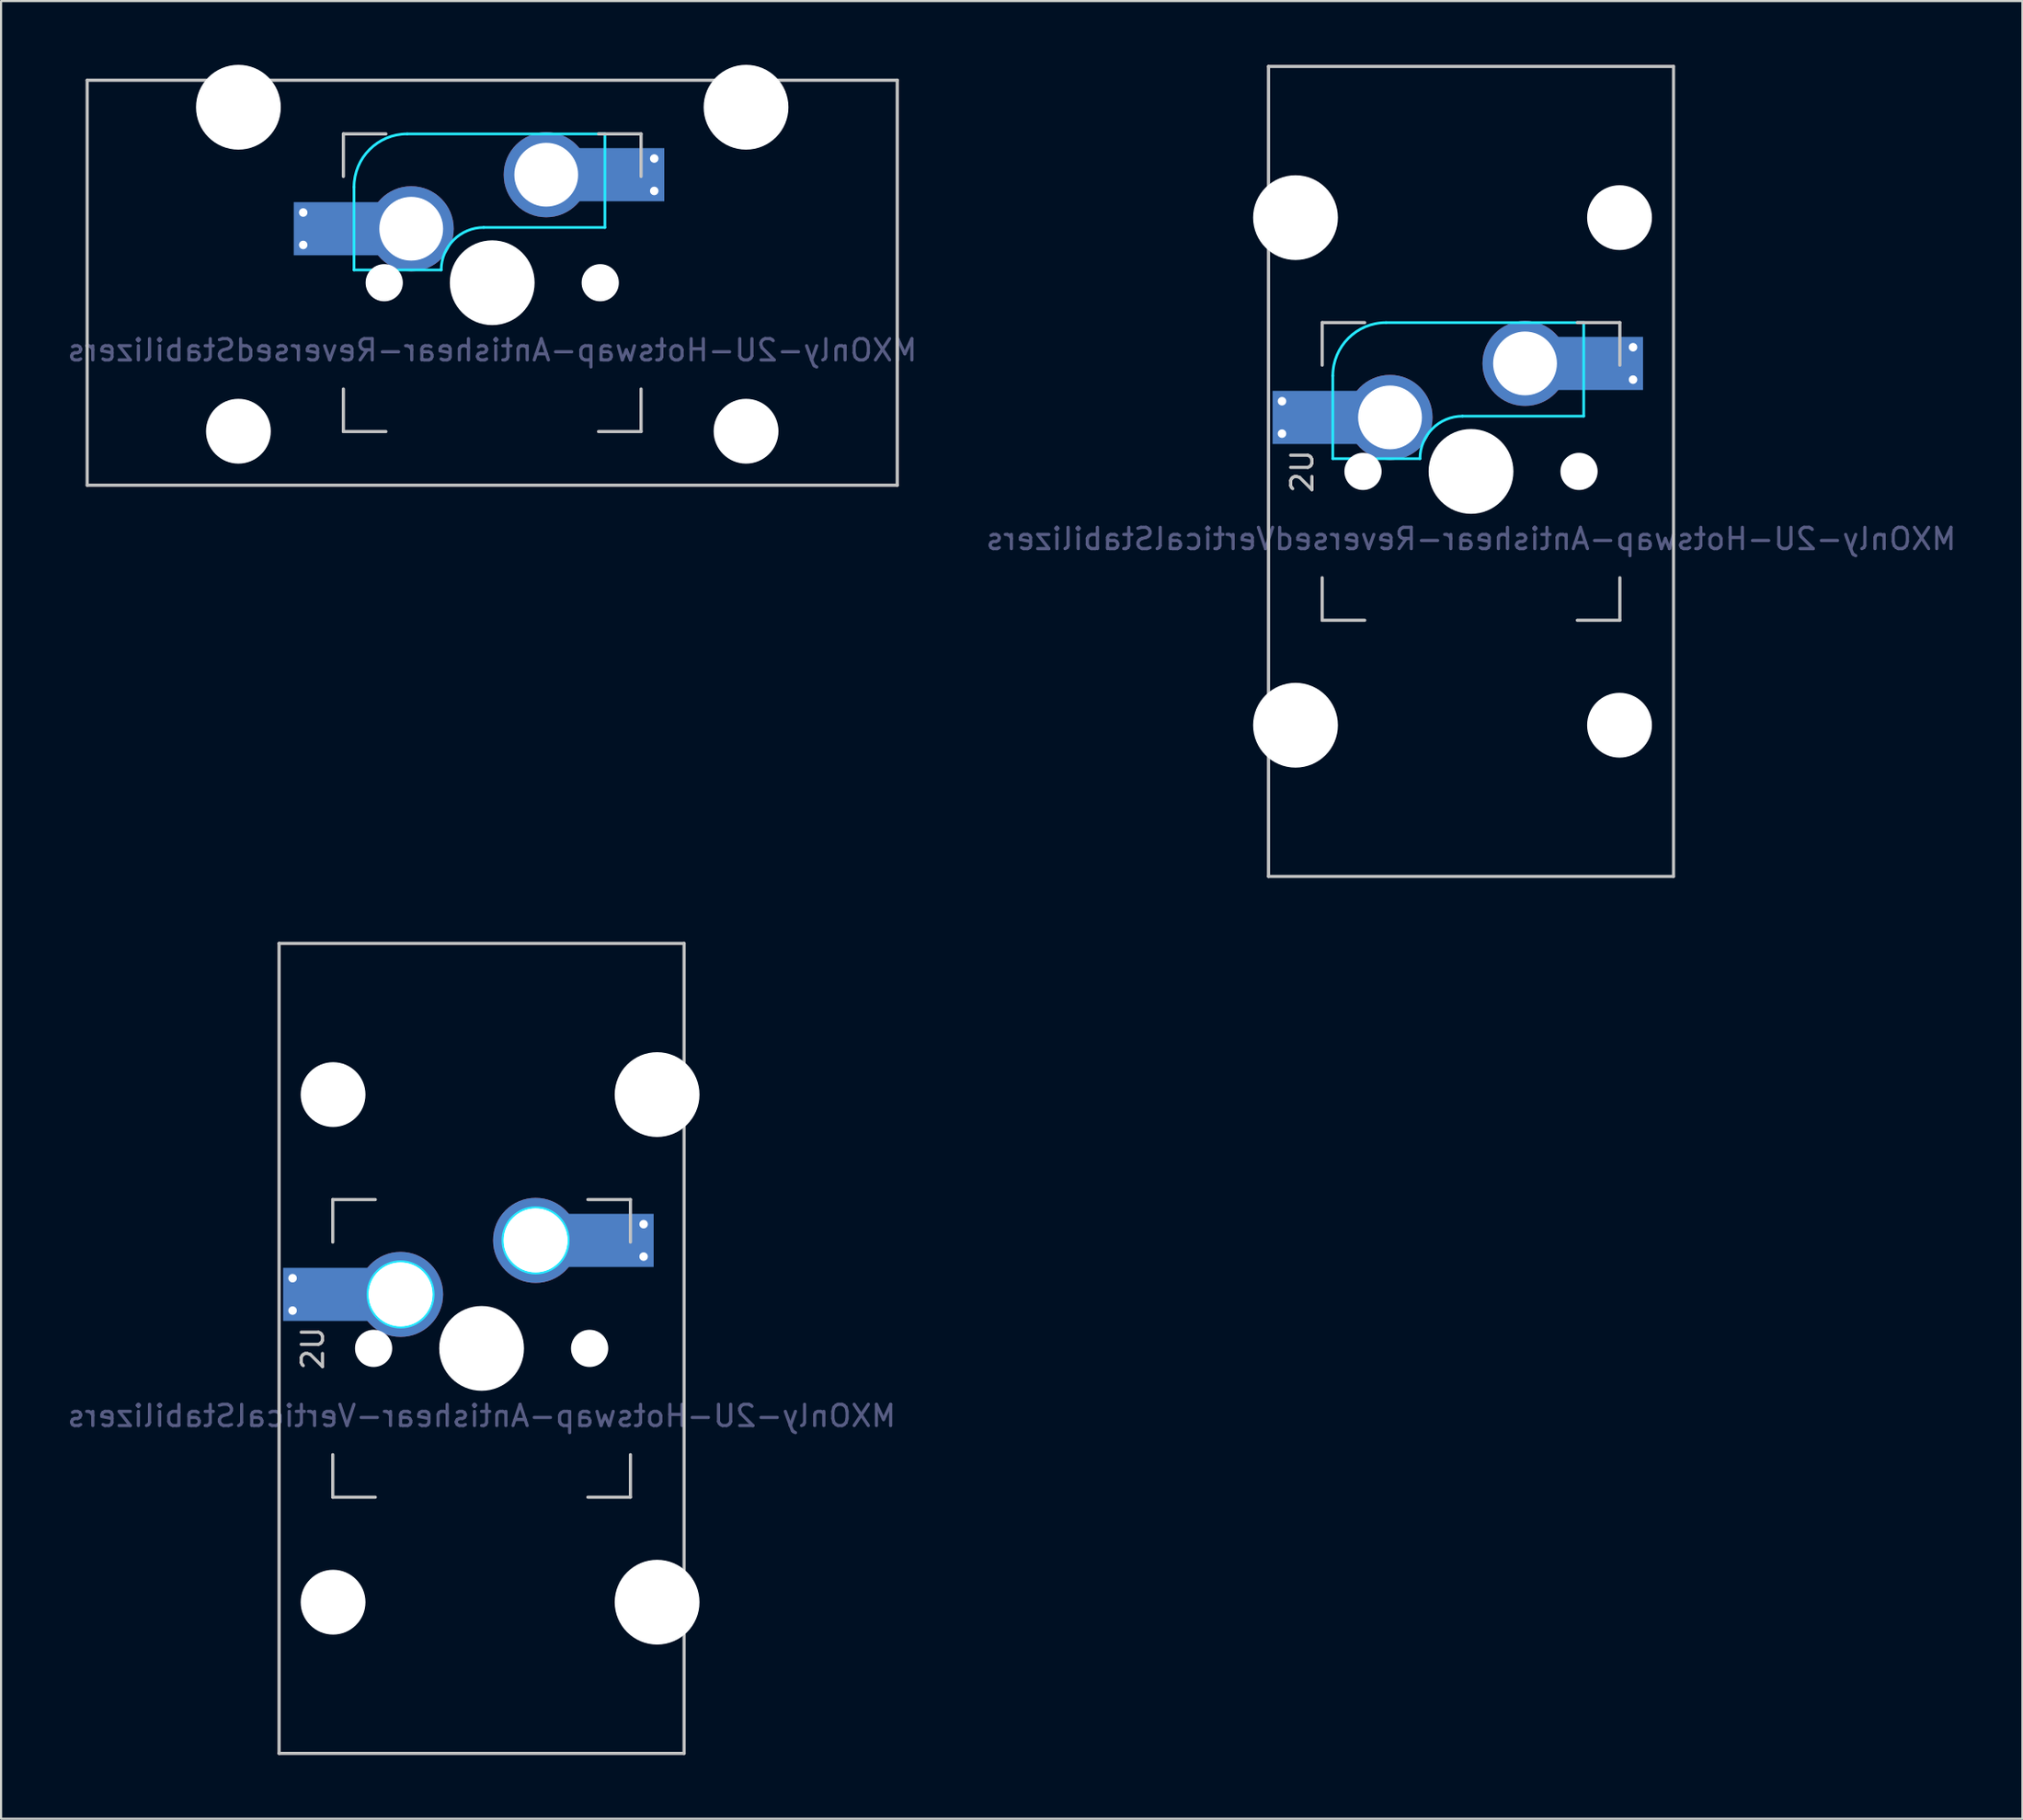
<source format=kicad_pcb>
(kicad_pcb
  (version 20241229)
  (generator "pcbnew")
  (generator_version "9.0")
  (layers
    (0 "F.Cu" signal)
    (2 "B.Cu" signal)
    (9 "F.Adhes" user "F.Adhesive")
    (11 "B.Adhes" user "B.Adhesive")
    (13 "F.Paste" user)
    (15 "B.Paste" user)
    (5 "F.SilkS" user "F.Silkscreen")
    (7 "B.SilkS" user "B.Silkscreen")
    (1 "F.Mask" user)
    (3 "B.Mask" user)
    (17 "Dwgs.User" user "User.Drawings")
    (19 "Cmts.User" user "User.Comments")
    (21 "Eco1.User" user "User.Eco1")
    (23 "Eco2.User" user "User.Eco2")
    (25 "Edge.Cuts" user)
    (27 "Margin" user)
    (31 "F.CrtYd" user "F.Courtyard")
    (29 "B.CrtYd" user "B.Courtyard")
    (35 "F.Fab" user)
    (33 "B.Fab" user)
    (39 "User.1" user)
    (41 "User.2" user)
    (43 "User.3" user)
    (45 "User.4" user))
  (footprint "MXOnly-2U-Hotswap-Antishear-ReversedVerticalStabilizers"
    (layer "F.Cu")
    (at 66.137 19.125)
    (property "Reference" "MXOnly-2U-Hotswap-Antishear-ReversedVerticalStabilizers" (at 0 3.175 0) (layer "B.Fab") (effects (font (size 1 1) (thickness 0.15)) (justify mirror)))
    (attr through_hole)
    (fp_line (start -9.525 -19.05) (end 9.525 -19.05) (stroke (width 0.15) (type solid)) (layer "Dwgs.User"))
    (fp_line (start -9.525 19.05) (end -9.525 -19.05) (stroke (width 0.15) (type solid)) (layer "Dwgs.User"))
    (fp_line (start -7 -7) (end -7 -5) (stroke (width 0.15) (type solid)) (layer "Dwgs.User"))
    (fp_line (start -7 5) (end -7 7) (stroke (width 0.15) (type solid)) (layer "Dwgs.User"))
    (fp_line (start -7 7) (end -5 7) (stroke (width 0.15) (type solid)) (layer "Dwgs.User"))
    (fp_line (start -5 -7) (end -7 -7) (stroke (width 0.15) (type solid)) (layer "Dwgs.User"))
    (fp_line (start 5 -7) (end 7 -7) (stroke (width 0.15) (type solid)) (layer "Dwgs.User"))
    (fp_line (start 5 7) (end 7 7) (stroke (width 0.15) (type solid)) (layer "Dwgs.User"))
    (fp_line (start 7 -7) (end 7 -5) (stroke (width 0.15) (type solid)) (layer "Dwgs.User"))
    (fp_line (start 7 7) (end 7 5) (stroke (width 0.15) (type solid)) (layer "Dwgs.User"))
    (fp_line (start 9.525 19.05) (end -9.525 19.05) (stroke (width 0.15) (type solid)) (layer "Dwgs.User"))
    (fp_line (start 9.525 19.05) (end 9.525 -19.05) (stroke (width 0.15) (type solid)) (layer "Dwgs.User"))
    (fp_line (start -6.5 -4.5) (end -6.5 -0.6) (stroke (width 0.127) (type solid)) (layer "B.CrtYd"))
    (fp_line (start -6.5 -0.6) (end -2.4 -0.6) (stroke (width 0.127) (type solid)) (layer "B.CrtYd"))
    (fp_line (start -0.4 -2.6) (end 5.3 -2.6) (stroke (width 0.127) (type solid)) (layer "B.CrtYd"))
    (fp_line (start 5.3 -7) (end -4 -7) (stroke (width 0.127) (type solid)) (layer "B.CrtYd"))
    (fp_line (start 5.3 -7) (end 5.3 -2.6) (stroke (width 0.127) (type solid)) (layer "B.CrtYd"))
    (fp_arc (start -6.5 -4.5) (mid -5.767767 -6.267767) (end -4 -7) (stroke (width 0.127) (type solid)) (layer "B.CrtYd"))
    (fp_arc (start -2.4 -0.6) (mid -1.814214 -2.014214) (end -0.4 -2.6) (stroke (width 0.127) (type solid)) (layer "B.CrtYd"))
    (fp_text user "2U" (at -7.938 0 270) (layer "Dwgs.User") (effects (font (size 1 1) (thickness 0.15))))
    (pad "" np_thru_hole circle (at -8.255 -11.938 90) (size 3.988 3.988) (drill 3.988) (layers "*.Cu" "*.Mask"))
    (pad "" np_thru_hole circle (at -8.255 11.938 90) (size 3.988 3.988) (drill 3.988) (layers "*.Cu" "*.Mask"))
    (pad "" smd rect (at -7.085 -2.54) (size 2.55 2.5) (layers "B.Mask" "B.Paste"))
    (pad "" np_thru_hole circle (at -5.08 0 48.1) (size 1.75 1.75) (drill 1.75) (layers "*.Cu" "*.Mask"))
    (pad "" np_thru_hole circle (at 0 0) (size 3.988 3.988) (drill 3.988) (layers "*.Cu" "*.Mask"))
    (pad "" np_thru_hole circle (at 5.08 0 48.1) (size 1.75 1.75) (drill 1.75) (layers "*.Cu" "*.Mask"))
    (pad "" smd rect (at 5.815 -5.08) (size 2.55 2.5) (layers "B.Mask" "B.Paste"))
    (pad "" np_thru_hole circle (at 6.985 -11.938 180) (size 3.048 3.048) (drill 3.048) (layers "*.Cu" "*.Mask"))
    (pad "" np_thru_hole circle (at 6.985 11.938 90) (size 3.048 3.048) (drill 3.048) (layers "*.Cu" "*.Mask"))
    (pad "1" thru_hole circle (at -8.89 -3.302) (size 0.8 0.8) (drill 0.4) (layers "*.Cu"))
    (pad "1" thru_hole circle (at -8.89 -1.778) (size 0.8 0.8) (drill 0.4) (layers "*.Cu"))
    (pad "1" smd rect (at -7.085 -2.54) (size 4.5 2.5) (layers "B.Cu"))
    (pad "1" thru_hole circle (at -3.81 -2.54) (size 4 4) (drill 3) (layers "*.Cu"))
    (pad "2" thru_hole circle (at 2.54 -5.08) (size 4 4) (drill 3) (layers "*.Cu"))
    (pad "2" smd rect (at 5.842 -5.08) (size 4.5 2.5) (layers "B.Cu"))
    (pad "2" thru_hole circle (at 7.62 -5.842) (size 0.8 0.8) (drill 0.4) (layers "*.Cu"))
    (pad "2" thru_hole circle (at 7.62 -4.318) (size 0.8 0.8) (drill 0.4) (layers "*.Cu")))
  (footprint "MXOnly-2U-Hotswap-Antishear-ReversedStabilizers"
    (layer "F.Cu")
    (at 20.101 10.249)
    (property "Reference" "MXOnly-2U-Hotswap-Antishear-ReversedStabilizers" (at 0 3.175 0) (layer "B.Fab") (effects (font (size 1 1) (thickness 0.15)) (justify mirror)))
    (attr smd)
    (fp_line (start -19.05 -9.525) (end 19.05 -9.525) (stroke (width 0.15) (type solid)) (layer "Dwgs.User"))
    (fp_line (start -19.05 9.525) (end -19.05 -9.525) (stroke (width 0.15) (type solid)) (layer "Dwgs.User"))
    (fp_line (start -7 -7) (end -7 -5) (stroke (width 0.15) (type solid)) (layer "Dwgs.User"))
    (fp_line (start -7 5) (end -7 7) (stroke (width 0.15) (type solid)) (layer "Dwgs.User"))
    (fp_line (start -7 7) (end -5 7) (stroke (width 0.15) (type solid)) (layer "Dwgs.User"))
    (fp_line (start -5 -7) (end -7 -7) (stroke (width 0.15) (type solid)) (layer "Dwgs.User"))
    (fp_line (start 5 -7) (end 7 -7) (stroke (width 0.15) (type solid)) (layer "Dwgs.User"))
    (fp_line (start 5 7) (end 7 7) (stroke (width 0.15) (type solid)) (layer "Dwgs.User"))
    (fp_line (start 7 -7) (end 7 -5) (stroke (width 0.15) (type solid)) (layer "Dwgs.User"))
    (fp_line (start 7 7) (end 7 5) (stroke (width 0.15) (type solid)) (layer "Dwgs.User"))
    (fp_line (start 19.05 -9.525) (end 19.05 9.525) (stroke (width 0.15) (type solid)) (layer "Dwgs.User"))
    (fp_line (start 19.05 9.525) (end -19.05 9.525) (stroke (width 0.15) (type solid)) (layer "Dwgs.User"))
    (fp_line (start -6.5 -4.5) (end -6.5 -0.6) (stroke (width 0.127) (type solid)) (layer "B.CrtYd"))
    (fp_line (start -6.5 -0.6) (end -2.4 -0.6) (stroke (width 0.127) (type solid)) (layer "B.CrtYd"))
    (fp_line (start -0.4 -2.6) (end 5.3 -2.6) (stroke (width 0.127) (type solid)) (layer "B.CrtYd"))
    (fp_line (start 5.3 -7) (end -4 -7) (stroke (width 0.127) (type solid)) (layer "B.CrtYd"))
    (fp_line (start 5.3 -7) (end 5.3 -2.6) (stroke (width 0.127) (type solid)) (layer "B.CrtYd"))
    (fp_arc (start -6.5 -4.5) (mid -5.767767 -6.267767) (end -4 -7) (stroke (width 0.127) (type solid)) (layer "B.CrtYd"))
    (fp_arc (start -2.4 -0.6) (mid -1.814214 -2.014214) (end -0.4 -2.6) (stroke (width 0.127) (type solid)) (layer "B.CrtYd"))
    (pad "" np_thru_hole circle (at -11.938 -8.255) (size 3.988 3.988) (drill 3.988) (layers "*.Cu" "*.Mask"))
    (pad "" np_thru_hole circle (at -11.938 6.985) (size 3.048 3.048) (drill 3.048) (layers "*.Cu" "*.Mask"))
    (pad "" smd rect (at -7.085 -2.54) (size 2.55 2.5) (layers "B.Mask" "B.Paste"))
    (pad "" np_thru_hole circle (at -5.08 0 48.1) (size 1.75 1.75) (drill 1.75) (layers "*.Cu" "*.Mask"))
    (pad "" np_thru_hole circle (at 0 0) (size 3.988 3.988) (drill 3.988) (layers "*.Cu" "*.Mask"))
    (pad "" np_thru_hole circle (at 5.08 0 48.1) (size 1.75 1.75) (drill 1.75) (layers "*.Cu" "*.Mask"))
    (pad "" smd rect (at 5.815 -5.08) (size 2.55 2.5) (layers "B.Mask" "B.Paste"))
    (pad "" np_thru_hole circle (at 11.938 -8.255) (size 3.988 3.988) (drill 3.988) (layers "*.Cu" "*.Mask"))
    (pad "" np_thru_hole circle (at 11.938 6.985) (size 3.048 3.048) (drill 3.048) (layers "*.Cu" "*.Mask"))
    (pad "1" thru_hole circle (at -8.89 -3.302) (size 0.8 0.8) (drill 0.4) (layers "*.Cu"))
    (pad "1" thru_hole circle (at -8.89 -1.778) (size 0.8 0.8) (drill 0.4) (layers "*.Cu"))
    (pad "1" smd rect (at -7.085 -2.54) (size 4.5 2.5) (layers "B.Cu"))
    (pad "1" thru_hole circle (at -3.81 -2.54) (size 4 4) (drill 3) (layers "*.Cu"))
    (pad "2" thru_hole circle (at 2.54 -5.08) (size 4 4) (drill 3) (layers "*.Cu"))
    (pad "2" smd rect (at 5.842 -5.08) (size 4.5 2.5) (layers "B.Cu"))
    (pad "2" thru_hole circle (at 7.62 -5.842) (size 0.8 0.8) (drill 0.4) (layers "*.Cu"))
    (pad "2" thru_hole circle (at 7.62 -4.318) (size 0.8 0.8) (drill 0.4) (layers "*.Cu")))
  (footprint "MXOnly-2U-Hotswap-Antishear-VerticalStabilizers"
    (layer "F.Cu")
    (at 19.601 60.375)
    (property "Reference" "MXOnly-2U-Hotswap-Antishear-VerticalStabilizers" (at 0 3.175 0) (layer "B.Fab") (effects (font (size 1 1) (thickness 0.15)) (justify mirror)))
    (attr through_hole)
    (fp_line (start -9.525 -19.05) (end 9.525 -19.05) (stroke (width 0.15) (type solid)) (layer "Dwgs.User"))
    (fp_line (start -9.525 19.05) (end -9.525 -19.05) (stroke (width 0.15) (type solid)) (layer "Dwgs.User"))
    (fp_line (start -7 -7) (end -7 -5) (stroke (width 0.15) (type solid)) (layer "Dwgs.User"))
    (fp_line (start -7 5) (end -7 7) (stroke (width 0.15) (type solid)) (layer "Dwgs.User"))
    (fp_line (start -7 7) (end -5 7) (stroke (width 0.15) (type solid)) (layer "Dwgs.User"))
    (fp_line (start -5 -7) (end -7 -7) (stroke (width 0.15) (type solid)) (layer "Dwgs.User"))
    (fp_line (start 5 -7) (end 7 -7) (stroke (width 0.15) (type solid)) (layer "Dwgs.User"))
    (fp_line (start 5 7) (end 7 7) (stroke (width 0.15) (type solid)) (layer "Dwgs.User"))
    (fp_line (start 7 -7) (end 7 -5) (stroke (width 0.15) (type solid)) (layer "Dwgs.User"))
    (fp_line (start 7 7) (end 7 5) (stroke (width 0.15) (type solid)) (layer "Dwgs.User"))
    (fp_line (start 9.525 19.05) (end -9.525 19.05) (stroke (width 0.15) (type solid)) (layer "Dwgs.User"))
    (fp_line (start 9.525 19.05) (end 9.525 -19.05) (stroke (width 0.15) (type solid)) (layer "Dwgs.User"))
    (fp_circle (center -3.81 -2.54) (end -3.81 -4.064) (stroke (width 0.15) (type solid)) (fill no) (layer "B.CrtYd"))
    (fp_circle (center 2.54 -5.08) (end 2.54 -6.604) (stroke (width 0.15) (type solid)) (fill no) (layer "B.CrtYd"))
    (fp_text user "2U" (at -7.938 0 270) (layer "Dwgs.User") (effects (font (size 1 1) (thickness 0.15))))
    (pad "" smd rect (at -7.085 -2.54) (size 2.55 2.5) (layers "B.Mask" "B.Paste"))
    (pad "" np_thru_hole circle (at -6.985 -11.938 180) (size 3.048 3.048) (drill 3.048) (layers "*.Cu" "*.Mask"))
    (pad "" np_thru_hole circle (at -6.985 11.938 90) (size 3.048 3.048) (drill 3.048) (layers "*.Cu" "*.Mask"))
    (pad "" np_thru_hole circle (at -5.08 0 48.1) (size 1.75 1.75) (drill 1.75) (layers "*.Cu" "*.Mask"))
    (pad "" np_thru_hole circle (at -3.81 -2.54) (size 3 3) (drill 3) (layers "*.Cu" "*.Mask"))
    (pad "" np_thru_hole circle (at 0 0) (size 3.988 3.988) (drill 3.988) (layers "*.Cu" "*.Mask"))
    (pad "" np_thru_hole circle (at 2.54 -5.08) (size 3 3) (drill 3) (layers "*.Cu" "*.Mask"))
    (pad "" np_thru_hole circle (at 5.08 0 48.1) (size 1.75 1.75) (drill 1.75) (layers "*.Cu" "*.Mask"))
    (pad "" smd rect (at 5.815 -5.08) (size 2.55 2.5) (layers "B.Mask" "B.Paste"))
    (pad "" np_thru_hole circle (at 8.255 -11.938 90) (size 3.988 3.988) (drill 3.988) (layers "*.Cu" "*.Mask"))
    (pad "" np_thru_hole circle (at 8.255 11.938 90) (size 3.988 3.988) (drill 3.988) (layers "*.Cu" "*.Mask"))
    (pad "1" thru_hole circle (at -8.89 -3.302) (size 0.8 0.8) (drill 0.4) (layers "*.Cu"))
    (pad "1" thru_hole circle (at -8.89 -1.778) (size 0.8 0.8) (drill 0.4) (layers "*.Cu"))
    (pad "1" smd rect (at -7.085 -2.54) (size 4.5 2.5) (layers "B.Cu"))
    (pad "1" thru_hole circle (at -3.81 -2.54) (size 4 4) (drill 3) (layers "*.Cu"))
    (pad "2" thru_hole circle (at 2.54 -5.08) (size 4 4) (drill 3) (layers "*.Cu"))
    (pad "2" smd rect (at 5.842 -5.08) (size 4.5 2.5) (layers "B.Cu"))
    (pad "2" thru_hole circle (at 7.62 -5.842) (size 0.8 0.8) (drill 0.4) (layers "*.Cu"))
    (pad "2" thru_hole circle (at 7.62 -4.318) (size 0.8 0.8) (drill 0.4) (layers "*.Cu")))
  (gr_rect
    (start -3 -3)
    (end 92.071 82.5)
    (stroke (width 0.1) (type default))
    (fill no)
    (layer "Edge.Cuts")))
</source>
